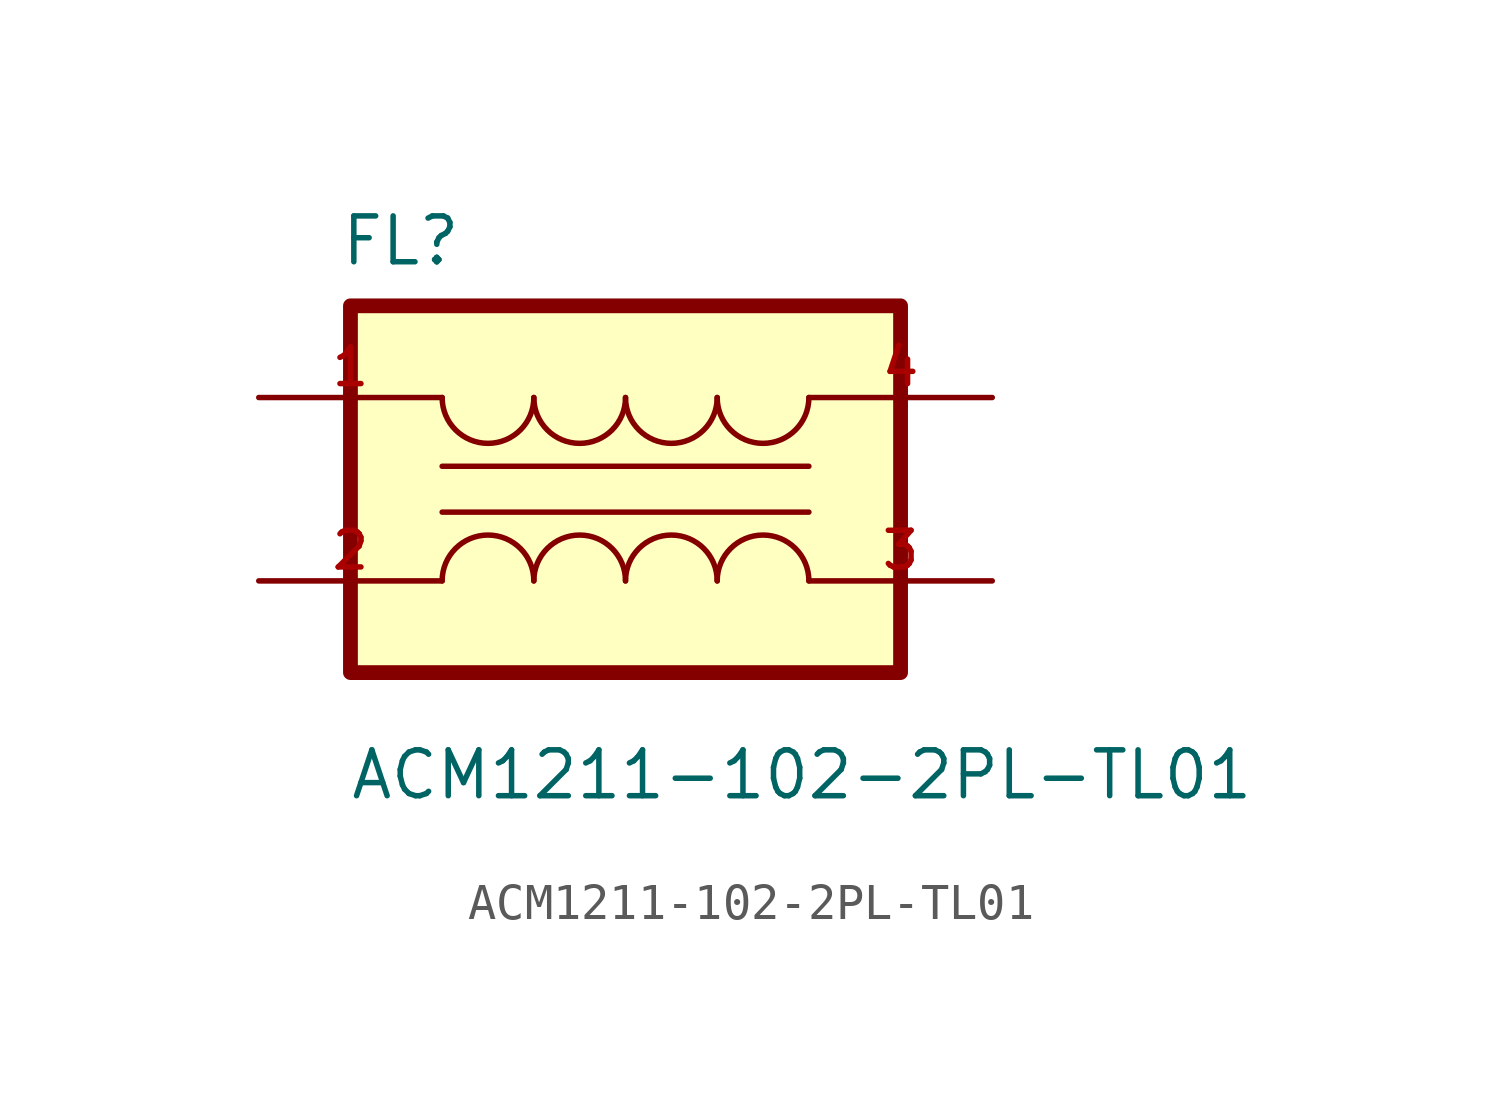
<source format=kicad_sym>
(kicad_symbol_lib
  (version 20211014)
  (generator kicad_symbol_editor)
  (symbol "ACM1211-102-2PL-TL01"
    (pin_names
      (offset 1.016))
    (property "Reference" "FL"
      (at -7.929 6.138 0.0)
      (effects (font (size 1.27 1.27)) (justify bottom left)))
    (property "Value" "ACM1211-102-2PL-TL01"
      (at -7.672 -8.654 0.0)
      (effects (font (size 1.27 1.27)) (justify bottom left)))
    (symbol "ACM1211-102-2PL-TL01_0_0"
      (arc (start -2.54 -2.54) (mid -3.81 -1.27) (end -5.08 -2.54) (stroke (width 0.1524) (type default) (color 0 0 0 0)) (fill (type none)))
      (arc (start 0.0 -2.54) (mid -1.27 -1.27) (end -2.54 -2.54) (stroke (width 0.1524) (type default) (color 0 0 0 0)) (fill (type none)))
      (arc (start 2.54 -2.54) (mid 1.27 -1.27) (end 0.0 -2.54) (stroke (width 0.1524) (type default) (color 0 0 0 0)) (fill (type none)))
      (arc (start 5.08 -2.54) (mid 3.81 -1.27) (end 2.54 -2.54) (stroke (width 0.1524) (type default) (color 0 0 0 0)) (fill (type none)))
      (arc (start -2.54 2.54) (mid -3.81 1.27) (end -5.08 2.54) (stroke (width 0.1524) (type default) (color 0 0 0 0)) (fill (type none)))
      (arc (start 0.0 2.54) (mid -1.27 1.27) (end -2.54 2.54) (stroke (width 0.1524) (type default) (color 0 0 0 0)) (fill (type none)))
      (arc (start 2.54 2.54) (mid 1.27 1.27) (end 0.0 2.54) (stroke (width 0.1524) (type default) (color 0 0 0 0)) (fill (type none)))
      (arc (start 5.08 2.54) (mid 3.81 1.27) (end 2.54 2.54) (stroke (width 0.1524) (type default) (color 0 0 0 0)) (fill (type none)))
      (polyline (pts (xy -5.08 0.635) (xy 5.08 0.635)) (stroke (width 0.152)))
      (polyline (pts (xy -5.08 -0.635) (xy 5.08 -0.635)) (stroke (width 0.152)))
      (rectangle (start -7.62 -5.08) (end 7.62 5.08) (stroke (width 0.41)) (fill (type background)))
      (pin passive line (at -10.16 2.54 0) (length 5.08) (name "~" (effects (font (size 1.016 1.016)))) (number "1" (effects (font (size 1.016 1.016)))))
      (pin passive line (at -10.16 -2.54 0) (length 5.08) (name "~" (effects (font (size 1.016 1.016)))) (number "2" (effects (font (size 1.016 1.016)))))
      (pin passive line (at 10.16 -2.54 180.0) (length 5.08) (name "~" (effects (font (size 1.016 1.016)))) (number "3" (effects (font (size 1.016 1.016)))))
      (pin passive line (at 10.16 2.54 180.0) (length 5.08) (name "~" (effects (font (size 1.016 1.016)))) (number "4" (effects (font (size 1.016 1.016))))))))
</source>
